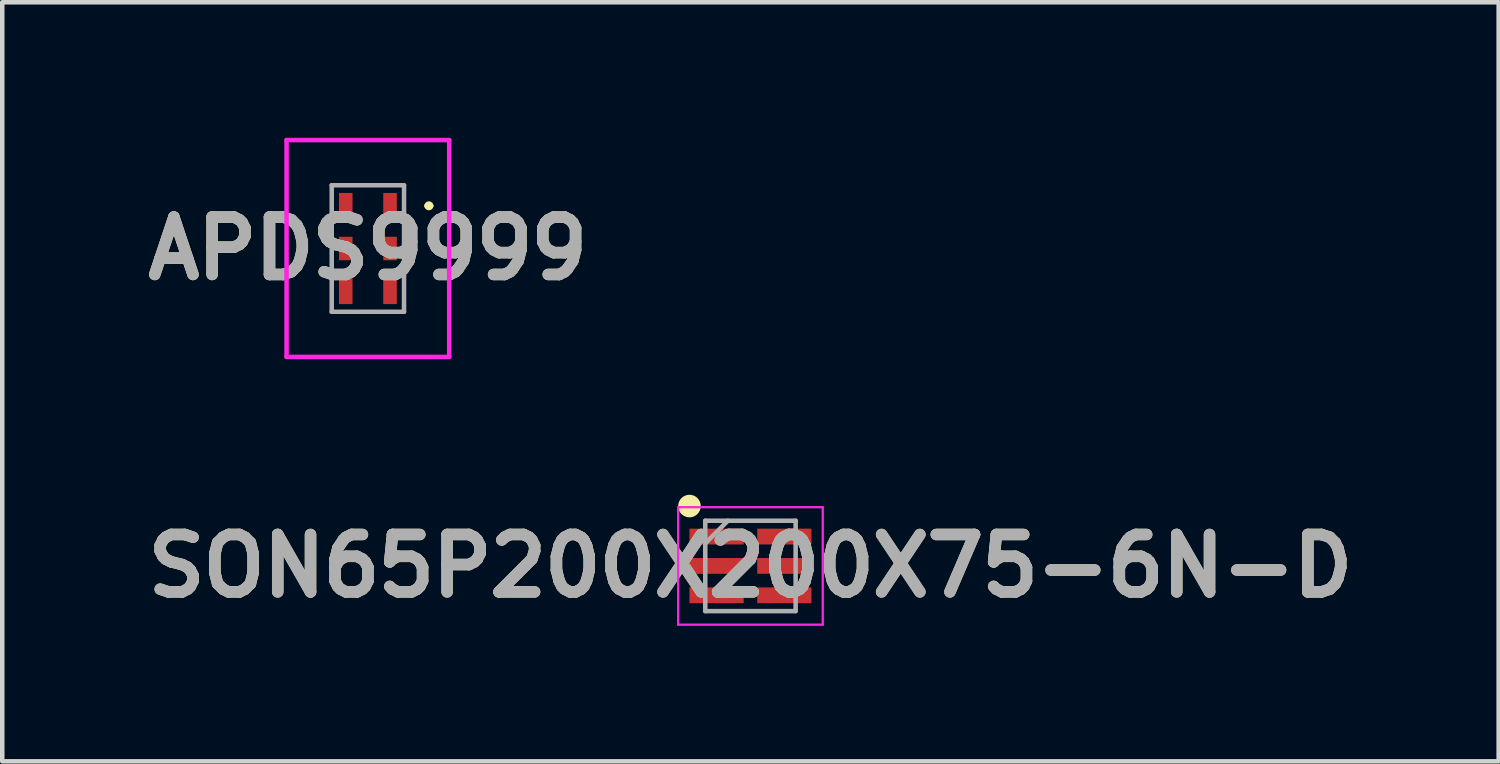
<source format=kicad_pcb>
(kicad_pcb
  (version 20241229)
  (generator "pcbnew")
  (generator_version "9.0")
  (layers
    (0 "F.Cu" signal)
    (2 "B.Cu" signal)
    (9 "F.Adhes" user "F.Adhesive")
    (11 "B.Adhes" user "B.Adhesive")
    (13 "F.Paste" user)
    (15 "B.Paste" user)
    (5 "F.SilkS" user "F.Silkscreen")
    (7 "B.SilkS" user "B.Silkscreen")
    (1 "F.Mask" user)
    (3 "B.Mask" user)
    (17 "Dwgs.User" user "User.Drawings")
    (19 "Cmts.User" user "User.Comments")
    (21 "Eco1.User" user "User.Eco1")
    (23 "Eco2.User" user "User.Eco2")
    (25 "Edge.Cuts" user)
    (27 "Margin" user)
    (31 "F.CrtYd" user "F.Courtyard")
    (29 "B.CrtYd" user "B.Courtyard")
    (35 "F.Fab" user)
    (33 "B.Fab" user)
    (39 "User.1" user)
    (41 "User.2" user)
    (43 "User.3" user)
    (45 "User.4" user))
  (footprint "SON65P200X200X75-6N-D"
    (layer "F.Cu")
    (at 13.559 9.475)
    (property "Reference" "SON65P200X200X75-6N-D" (at 0 0 0) (layer "F.SilkS") (effects (font (size 1.27 1.27) (thickness 0.254))))
    (attr smd)
    (fp_circle (center -1.35 -1.325) (end -1.35 -1.2) (stroke (width 0.25) (type solid)) (fill no) (layer "F.SilkS"))
    (fp_line (start -1.6 -1.3) (end 1.6 -1.3) (stroke (width 0.05) (type solid)) (layer "F.CrtYd"))
    (fp_line (start -1.6 1.3) (end -1.6 -1.3) (stroke (width 0.05) (type solid)) (layer "F.CrtYd"))
    (fp_line (start 1.6 -1.3) (end 1.6 1.3) (stroke (width 0.05) (type solid)) (layer "F.CrtYd"))
    (fp_line (start 1.6 1.3) (end -1.6 1.3) (stroke (width 0.05) (type solid)) (layer "F.CrtYd"))
    (fp_line (start -1 -1) (end 1 -1) (stroke (width 0.1) (type solid)) (layer "F.Fab"))
    (fp_line (start -1 -0.5) (end -0.5 -1) (stroke (width 0.1) (type solid)) (layer "F.Fab"))
    (fp_line (start -1 1) (end -1 -1) (stroke (width 0.1) (type solid)) (layer "F.Fab"))
    (fp_line (start 1 -1) (end 1 1) (stroke (width 0.1) (type solid)) (layer "F.Fab"))
    (fp_line (start 1 1) (end -1 1) (stroke (width 0.1) (type solid)) (layer "F.Fab"))
    (fp_text user "${REFERENCE}" (at 0 0 0) (layer "F.Fab") (effects (font (size 1.27 1.27) (thickness 0.254))))
    (pad "1" smd rect (at -0.75 -0.65 90) (size 0.35 1.2) (layers "F.Cu" "F.Mask" "F.Paste"))
    (pad "2" smd rect (at -0.75 0 90) (size 0.35 1.2) (layers "F.Cu" "F.Mask" "F.Paste"))
    (pad "3" smd rect (at -0.75 0.65 90) (size 0.35 1.2) (layers "F.Cu" "F.Mask" "F.Paste"))
    (pad "4" smd rect (at 0.75 0.65 90) (size 0.35 1.2) (layers "F.Cu" "F.Mask" "F.Paste"))
    (pad "5" smd rect (at 0.75 0 90) (size 0.35 1.2) (layers "F.Cu" "F.Mask" "F.Paste"))
    (pad "6" smd rect (at 0.75 -0.65 90) (size 0.35 1.2) (layers "F.Cu" "F.Mask" "F.Paste")))
  (footprint "APDS9999"
    (layer "F.Cu")
    (at 5.092 2.45)
    (property "Reference" "APDS9999" (at 0 0 0) (layer "F.SilkS") (effects (font (size 1.27 1.27) (thickness 0.254))))
    (attr smd)
    (fp_line (start 1.3 -0.945) (end 1.3 -0.945) (stroke (width 0.1) (type solid)) (layer "F.SilkS"))
    (fp_line (start 1.4 -0.945) (end 1.4 -0.945) (stroke (width 0.1) (type solid)) (layer "F.SilkS"))
    (fp_arc (start 1.3 -0.945) (mid 1.35 -0.995) (end 1.4 -0.945) (stroke (width 0.1) (type solid)) (layer "F.SilkS"))
    (fp_arc (start 1.4 -0.945) (mid 1.35 -0.895) (end 1.3 -0.945) (stroke (width 0.1) (type solid)) (layer "F.SilkS"))
    (fp_line (start -1.8 -2.4) (end 1.8 -2.4) (stroke (width 0.1) (type solid)) (layer "F.CrtYd"))
    (fp_line (start -1.8 2.4) (end -1.8 -2.4) (stroke (width 0.1) (type solid)) (layer "F.CrtYd"))
    (fp_line (start 1.8 -2.4) (end 1.8 2.4) (stroke (width 0.1) (type solid)) (layer "F.CrtYd"))
    (fp_line (start 1.8 2.4) (end -1.8 2.4) (stroke (width 0.1) (type solid)) (layer "F.CrtYd"))
    (fp_line (start -0.8 -1.4) (end 0.8 -1.4) (stroke (width 0.1) (type solid)) (layer "F.Fab"))
    (fp_line (start -0.8 1.4) (end -0.8 -1.4) (stroke (width 0.1) (type solid)) (layer "F.Fab"))
    (fp_line (start 0.8 -1.4) (end 0.8 1.4) (stroke (width 0.1) (type solid)) (layer "F.Fab"))
    (fp_line (start 0.8 1.4) (end -0.8 1.4) (stroke (width 0.1) (type solid)) (layer "F.Fab"))
    (fp_text user "${REFERENCE}" (at 0 0 0) (layer "F.Fab") (effects (font (size 1.27 1.27) (thickness 0.254))))
    (pad "1" smd rect (at 0.49 -0.945) (size 0.3 0.57) (layers "F.Cu" "F.Mask" "F.Paste"))
    (pad "2" smd rect (at 0.49 0) (size 0.3 0.52) (layers "F.Cu" "F.Mask" "F.Paste"))
    (pad "3" smd rect (at 0.49 0.945) (size 0.3 0.57) (layers "F.Cu" "F.Mask" "F.Paste"))
    (pad "4" smd rect (at -0.49 0.945) (size 0.3 0.57) (layers "F.Cu" "F.Mask" "F.Paste"))
    (pad "5" smd rect (at -0.49 0) (size 0.3 0.52) (layers "F.Cu" "F.Mask" "F.Paste"))
    (pad "6" smd rect (at -0.49 -0.945) (size 0.3 0.57) (layers "F.Cu" "F.Mask" "F.Paste")))
  (gr_rect
    (start -3 -3)
    (end 30.118 13.8)
    (stroke (width 0.1) (type default))
    (fill no)
    (layer "Edge.Cuts")))
</source>
